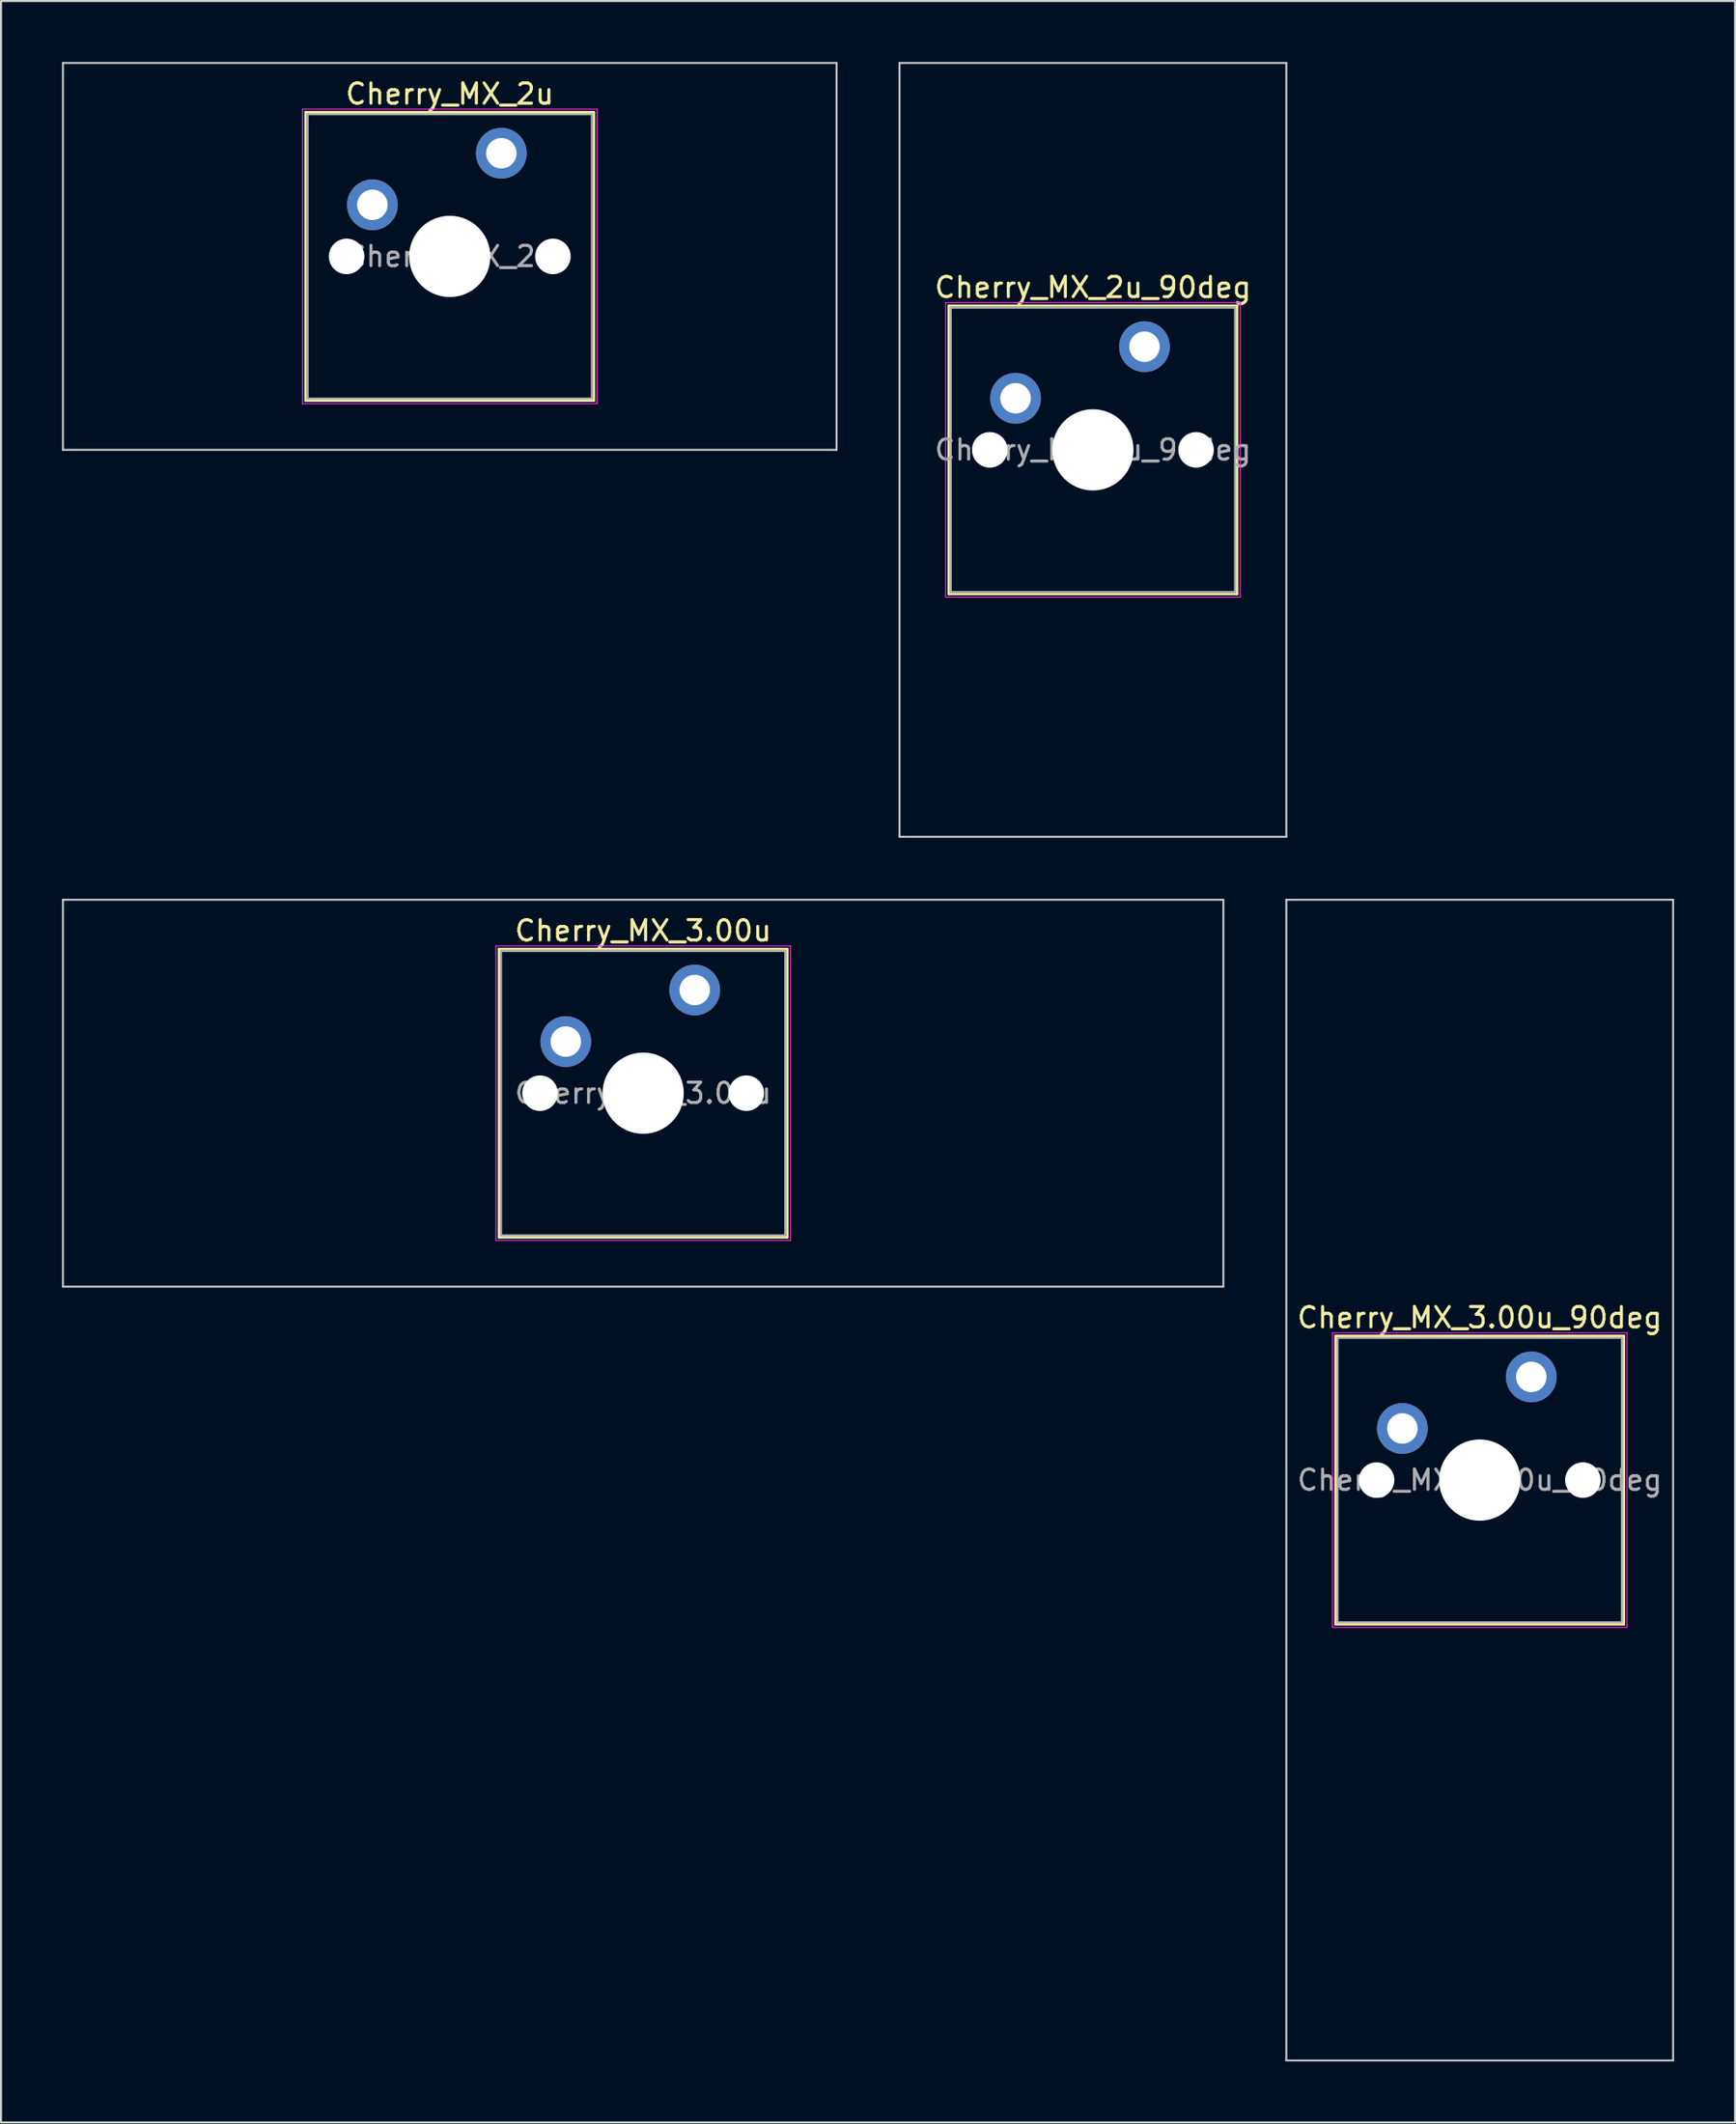
<source format=kicad_pcb>
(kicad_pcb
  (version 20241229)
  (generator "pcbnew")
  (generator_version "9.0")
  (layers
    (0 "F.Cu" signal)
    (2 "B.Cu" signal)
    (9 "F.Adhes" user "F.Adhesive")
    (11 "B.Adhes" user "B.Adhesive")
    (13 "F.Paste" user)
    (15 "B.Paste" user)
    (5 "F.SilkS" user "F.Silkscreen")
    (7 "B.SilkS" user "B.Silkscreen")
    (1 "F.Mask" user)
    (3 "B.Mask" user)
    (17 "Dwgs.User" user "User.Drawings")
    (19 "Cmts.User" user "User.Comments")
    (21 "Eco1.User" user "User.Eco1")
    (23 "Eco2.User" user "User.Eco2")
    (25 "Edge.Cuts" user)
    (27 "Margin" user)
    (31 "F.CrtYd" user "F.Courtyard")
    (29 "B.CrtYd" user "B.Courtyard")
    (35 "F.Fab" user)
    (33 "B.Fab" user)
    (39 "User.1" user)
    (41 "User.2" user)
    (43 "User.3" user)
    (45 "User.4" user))
  (footprint "Cherry_MX_2u_90deg"
    (layer "F.Cu")
    (at 50.775 19.1)
    (property "Reference" "Cherry_MX_2u_90deg" (at 0 -8 0) (layer "F.SilkS") (effects (font (size 1 1) (thickness 0.15))))
    (attr through_hole)
    (fp_line (start -7.1 -7.1) (end -7.1 7.1) (stroke (width 0.12) (type solid)) (layer "F.SilkS"))
    (fp_line (start -7.1 7.1) (end 7.1 7.1) (stroke (width 0.12) (type solid)) (layer "F.SilkS"))
    (fp_line (start 7.1 -7.1) (end -7.1 -7.1) (stroke (width 0.12) (type solid)) (layer "F.SilkS"))
    (fp_line (start 7.1 7.1) (end 7.1 -7.1) (stroke (width 0.12) (type solid)) (layer "F.SilkS"))
    (fp_line (start -9.525 -19.05) (end 9.525 -19.05) (stroke (width 0.1) (type solid)) (layer "Dwgs.User"))
    (fp_line (start -9.525 19.05) (end -9.525 -19.05) (stroke (width 0.1) (type solid)) (layer "Dwgs.User"))
    (fp_line (start 9.525 -19.05) (end 9.525 19.05) (stroke (width 0.1) (type solid)) (layer "Dwgs.User"))
    (fp_line (start 9.525 19.05) (end -9.525 19.05) (stroke (width 0.1) (type solid)) (layer "Dwgs.User"))
    (fp_line (start -7 -7) (end -7 7) (stroke (width 0.1) (type solid)) (layer "Eco1.User"))
    (fp_line (start -7 7) (end 7 7) (stroke (width 0.1) (type solid)) (layer "Eco1.User"))
    (fp_line (start 7 -7) (end -7 -7) (stroke (width 0.1) (type solid)) (layer "Eco1.User"))
    (fp_line (start 7 7) (end 7 -7) (stroke (width 0.1) (type solid)) (layer "Eco1.User"))
    (fp_line (start -7.25 -7.25) (end -7.25 7.25) (stroke (width 0.05) (type solid)) (layer "F.CrtYd"))
    (fp_line (start -7.25 7.25) (end 7.25 7.25) (stroke (width 0.05) (type solid)) (layer "F.CrtYd"))
    (fp_line (start 7.25 -7.25) (end -7.25 -7.25) (stroke (width 0.05) (type solid)) (layer "F.CrtYd"))
    (fp_line (start 7.25 7.25) (end 7.25 -7.25) (stroke (width 0.05) (type solid)) (layer "F.CrtYd"))
    (fp_line (start -7 -7) (end -7 7) (stroke (width 0.1) (type solid)) (layer "F.Fab"))
    (fp_line (start -7 7) (end 7 7) (stroke (width 0.1) (type solid)) (layer "F.Fab"))
    (fp_line (start 7 -7) (end -7 -7) (stroke (width 0.1) (type solid)) (layer "F.Fab"))
    (fp_line (start 7 7) (end 7 -7) (stroke (width 0.1) (type solid)) (layer "F.Fab"))
    (fp_text user "${REFERENCE}" (at 0 0 0) (layer "F.Fab") (effects (font (size 1 1) (thickness 0.15))))
    (pad "" np_thru_hole circle (at -5.08 0) (size 1.75 1.75) (drill 1.75) (layers "*.Cu" "*.Mask"))
    (pad "" np_thru_hole circle (at 0 0) (size 4 4) (drill 4) (layers "*.Cu" "*.Mask"))
    (pad "" np_thru_hole circle (at 5.08 0) (size 1.75 1.75) (drill 1.75) (layers "*.Cu" "*.Mask"))
    (pad "1" thru_hole circle (at -3.81 -2.54) (size 2.5 2.5) (drill 1.5) (layers "*.Cu" "*.Mask"))
    (pad "2" thru_hole circle (at 2.54 -5.08) (size 2.5 2.5) (drill 1.5) (layers "*.Cu" "*.Mask")))
  (footprint "Cherry_MX_3.00u_90deg"
    (layer "F.Cu")
    (at 69.825 69.825)
    (property "Reference" "Cherry_MX_3.00u_90deg" (at 0 -8 0) (layer "F.SilkS") (effects (font (size 1 1) (thickness 0.15))))
    (attr through_hole)
    (fp_line (start -7.1 -7.1) (end -7.1 7.1) (stroke (width 0.12) (type solid)) (layer "F.SilkS"))
    (fp_line (start -7.1 7.1) (end 7.1 7.1) (stroke (width 0.12) (type solid)) (layer "F.SilkS"))
    (fp_line (start 7.1 -7.1) (end -7.1 -7.1) (stroke (width 0.12) (type solid)) (layer "F.SilkS"))
    (fp_line (start 7.1 7.1) (end 7.1 -7.1) (stroke (width 0.12) (type solid)) (layer "F.SilkS"))
    (fp_line (start -9.525 -28.575) (end 9.525 -28.575) (stroke (width 0.1) (type solid)) (layer "Dwgs.User"))
    (fp_line (start -9.525 28.575) (end -9.525 -28.575) (stroke (width 0.1) (type solid)) (layer "Dwgs.User"))
    (fp_line (start 9.525 -28.575) (end 9.525 28.575) (stroke (width 0.1) (type solid)) (layer "Dwgs.User"))
    (fp_line (start 9.525 28.575) (end -9.525 28.575) (stroke (width 0.1) (type solid)) (layer "Dwgs.User"))
    (fp_line (start -7 -7) (end -7 7) (stroke (width 0.1) (type solid)) (layer "Eco1.User"))
    (fp_line (start -7 7) (end 7 7) (stroke (width 0.1) (type solid)) (layer "Eco1.User"))
    (fp_line (start 7 -7) (end -7 -7) (stroke (width 0.1) (type solid)) (layer "Eco1.User"))
    (fp_line (start 7 7) (end 7 -7) (stroke (width 0.1) (type solid)) (layer "Eco1.User"))
    (fp_line (start -7.25 -7.25) (end -7.25 7.25) (stroke (width 0.05) (type solid)) (layer "F.CrtYd"))
    (fp_line (start -7.25 7.25) (end 7.25 7.25) (stroke (width 0.05) (type solid)) (layer "F.CrtYd"))
    (fp_line (start 7.25 -7.25) (end -7.25 -7.25) (stroke (width 0.05) (type solid)) (layer "F.CrtYd"))
    (fp_line (start 7.25 7.25) (end 7.25 -7.25) (stroke (width 0.05) (type solid)) (layer "F.CrtYd"))
    (fp_line (start -7 -7) (end -7 7) (stroke (width 0.1) (type solid)) (layer "F.Fab"))
    (fp_line (start -7 7) (end 7 7) (stroke (width 0.1) (type solid)) (layer "F.Fab"))
    (fp_line (start 7 -7) (end -7 -7) (stroke (width 0.1) (type solid)) (layer "F.Fab"))
    (fp_line (start 7 7) (end 7 -7) (stroke (width 0.1) (type solid)) (layer "F.Fab"))
    (fp_text user "${REFERENCE}" (at 0 0 0) (layer "F.Fab") (effects (font (size 1 1) (thickness 0.15))))
    (pad "" np_thru_hole circle (at -5.08 0) (size 1.75 1.75) (drill 1.75) (layers "*.Cu" "*.Mask"))
    (pad "" np_thru_hole circle (at 0 0) (size 4 4) (drill 4) (layers "*.Cu" "*.Mask"))
    (pad "" np_thru_hole circle (at 5.08 0) (size 1.75 1.75) (drill 1.75) (layers "*.Cu" "*.Mask"))
    (pad "1" thru_hole circle (at -3.81 -2.54) (size 2.5 2.5) (drill 1.5) (layers "*.Cu" "*.Mask"))
    (pad "2" thru_hole circle (at 2.54 -5.08) (size 2.5 2.5) (drill 1.5) (layers "*.Cu" "*.Mask")))
  (footprint "Cherry_MX_2u"
    (layer "F.Cu")
    (at 19.1 9.575)
    (property "Reference" "Cherry_MX_2u" (at 0 -8 0) (layer "F.SilkS") (effects (font (size 1 1) (thickness 0.15))))
    (attr through_hole)
    (fp_line (start -7.1 -7.1) (end -7.1 7.1) (stroke (width 0.12) (type solid)) (layer "F.SilkS"))
    (fp_line (start -7.1 7.1) (end 7.1 7.1) (stroke (width 0.12) (type solid)) (layer "F.SilkS"))
    (fp_line (start 7.1 -7.1) (end -7.1 -7.1) (stroke (width 0.12) (type solid)) (layer "F.SilkS"))
    (fp_line (start 7.1 7.1) (end 7.1 -7.1) (stroke (width 0.12) (type solid)) (layer "F.SilkS"))
    (fp_line (start -19.05 -9.525) (end -19.05 9.525) (stroke (width 0.1) (type solid)) (layer "Dwgs.User"))
    (fp_line (start -19.05 9.525) (end 19.05 9.525) (stroke (width 0.1) (type solid)) (layer "Dwgs.User"))
    (fp_line (start 19.05 -9.525) (end -19.05 -9.525) (stroke (width 0.1) (type solid)) (layer "Dwgs.User"))
    (fp_line (start 19.05 9.525) (end 19.05 -9.525) (stroke (width 0.1) (type solid)) (layer "Dwgs.User"))
    (fp_line (start -7 -7) (end -7 7) (stroke (width 0.1) (type solid)) (layer "Eco1.User"))
    (fp_line (start -7 7) (end 7 7) (stroke (width 0.1) (type solid)) (layer "Eco1.User"))
    (fp_line (start 7 -7) (end -7 -7) (stroke (width 0.1) (type solid)) (layer "Eco1.User"))
    (fp_line (start 7 7) (end 7 -7) (stroke (width 0.1) (type solid)) (layer "Eco1.User"))
    (fp_line (start -7.25 -7.25) (end -7.25 7.25) (stroke (width 0.05) (type solid)) (layer "F.CrtYd"))
    (fp_line (start -7.25 7.25) (end 7.25 7.25) (stroke (width 0.05) (type solid)) (layer "F.CrtYd"))
    (fp_line (start 7.25 -7.25) (end -7.25 -7.25) (stroke (width 0.05) (type solid)) (layer "F.CrtYd"))
    (fp_line (start 7.25 7.25) (end 7.25 -7.25) (stroke (width 0.05) (type solid)) (layer "F.CrtYd"))
    (fp_line (start -7 -7) (end -7 7) (stroke (width 0.1) (type solid)) (layer "F.Fab"))
    (fp_line (start -7 7) (end 7 7) (stroke (width 0.1) (type solid)) (layer "F.Fab"))
    (fp_line (start 7 -7) (end -7 -7) (stroke (width 0.1) (type solid)) (layer "F.Fab"))
    (fp_line (start 7 7) (end 7 -7) (stroke (width 0.1) (type solid)) (layer "F.Fab"))
    (fp_text user "${REFERENCE}" (at 0 0 0) (layer "F.Fab") (effects (font (size 1 1) (thickness 0.15))))
    (pad "" np_thru_hole circle (at -5.08 0) (size 1.75 1.75) (drill 1.75) (layers "*.Cu" "*.Mask"))
    (pad "" np_thru_hole circle (at 0 0) (size 4 4) (drill 4) (layers "*.Cu" "*.Mask"))
    (pad "" np_thru_hole circle (at 5.08 0) (size 1.75 1.75) (drill 1.75) (layers "*.Cu" "*.Mask"))
    (pad "1" thru_hole circle (at -3.81 -2.54) (size 2.5 2.5) (drill 1.5) (layers "*.Cu" "*.Mask"))
    (pad "2" thru_hole circle (at 2.54 -5.08) (size 2.5 2.5) (drill 1.5) (layers "*.Cu" "*.Mask")))
  (footprint "Cherry_MX_3.00u"
    (layer "F.Cu")
    (at 28.625 50.775)
    (property "Reference" "Cherry_MX_3.00u" (at 0 -8 0) (layer "F.SilkS") (effects (font (size 1 1) (thickness 0.15))))
    (attr through_hole)
    (fp_line (start -7.1 -7.1) (end -7.1 7.1) (stroke (width 0.12) (type solid)) (layer "F.SilkS"))
    (fp_line (start -7.1 7.1) (end 7.1 7.1) (stroke (width 0.12) (type solid)) (layer "F.SilkS"))
    (fp_line (start 7.1 -7.1) (end -7.1 -7.1) (stroke (width 0.12) (type solid)) (layer "F.SilkS"))
    (fp_line (start 7.1 7.1) (end 7.1 -7.1) (stroke (width 0.12) (type solid)) (layer "F.SilkS"))
    (fp_line (start -28.575 -9.525) (end -28.575 9.525) (stroke (width 0.1) (type solid)) (layer "Dwgs.User"))
    (fp_line (start -28.575 9.525) (end 28.575 9.525) (stroke (width 0.1) (type solid)) (layer "Dwgs.User"))
    (fp_line (start 28.575 -9.525) (end -28.575 -9.525) (stroke (width 0.1) (type solid)) (layer "Dwgs.User"))
    (fp_line (start 28.575 9.525) (end 28.575 -9.525) (stroke (width 0.1) (type solid)) (layer "Dwgs.User"))
    (fp_line (start -7 -7) (end -7 7) (stroke (width 0.1) (type solid)) (layer "Eco1.User"))
    (fp_line (start -7 7) (end 7 7) (stroke (width 0.1) (type solid)) (layer "Eco1.User"))
    (fp_line (start 7 -7) (end -7 -7) (stroke (width 0.1) (type solid)) (layer "Eco1.User"))
    (fp_line (start 7 7) (end 7 -7) (stroke (width 0.1) (type solid)) (layer "Eco1.User"))
    (fp_line (start -7.25 -7.25) (end -7.25 7.25) (stroke (width 0.05) (type solid)) (layer "F.CrtYd"))
    (fp_line (start -7.25 7.25) (end 7.25 7.25) (stroke (width 0.05) (type solid)) (layer "F.CrtYd"))
    (fp_line (start 7.25 -7.25) (end -7.25 -7.25) (stroke (width 0.05) (type solid)) (layer "F.CrtYd"))
    (fp_line (start 7.25 7.25) (end 7.25 -7.25) (stroke (width 0.05) (type solid)) (layer "F.CrtYd"))
    (fp_line (start -7 -7) (end -7 7) (stroke (width 0.1) (type solid)) (layer "F.Fab"))
    (fp_line (start -7 7) (end 7 7) (stroke (width 0.1) (type solid)) (layer "F.Fab"))
    (fp_line (start 7 -7) (end -7 -7) (stroke (width 0.1) (type solid)) (layer "F.Fab"))
    (fp_line (start 7 7) (end 7 -7) (stroke (width 0.1) (type solid)) (layer "F.Fab"))
    (fp_text user "${REFERENCE}" (at 0 0 0) (layer "F.Fab") (effects (font (size 1 1) (thickness 0.15))))
    (pad "" np_thru_hole circle (at -5.08 0) (size 1.75 1.75) (drill 1.75) (layers "*.Cu" "*.Mask"))
    (pad "" np_thru_hole circle (at 0 0) (size 4 4) (drill 4) (layers "*.Cu" "*.Mask"))
    (pad "" np_thru_hole circle (at 5.08 0) (size 1.75 1.75) (drill 1.75) (layers "*.Cu" "*.Mask"))
    (pad "1" thru_hole circle (at -3.81 -2.54) (size 2.5 2.5) (drill 1.5) (layers "*.Cu" "*.Mask"))
    (pad "2" thru_hole circle (at 2.54 -5.08) (size 2.5 2.5) (drill 1.5) (layers "*.Cu" "*.Mask")))
  (gr_rect
    (start -3 -3)
    (end 82.4 101.45)
    (stroke (width 0.1) (type default))
    (fill no)
    (layer "Edge.Cuts")))
</source>
